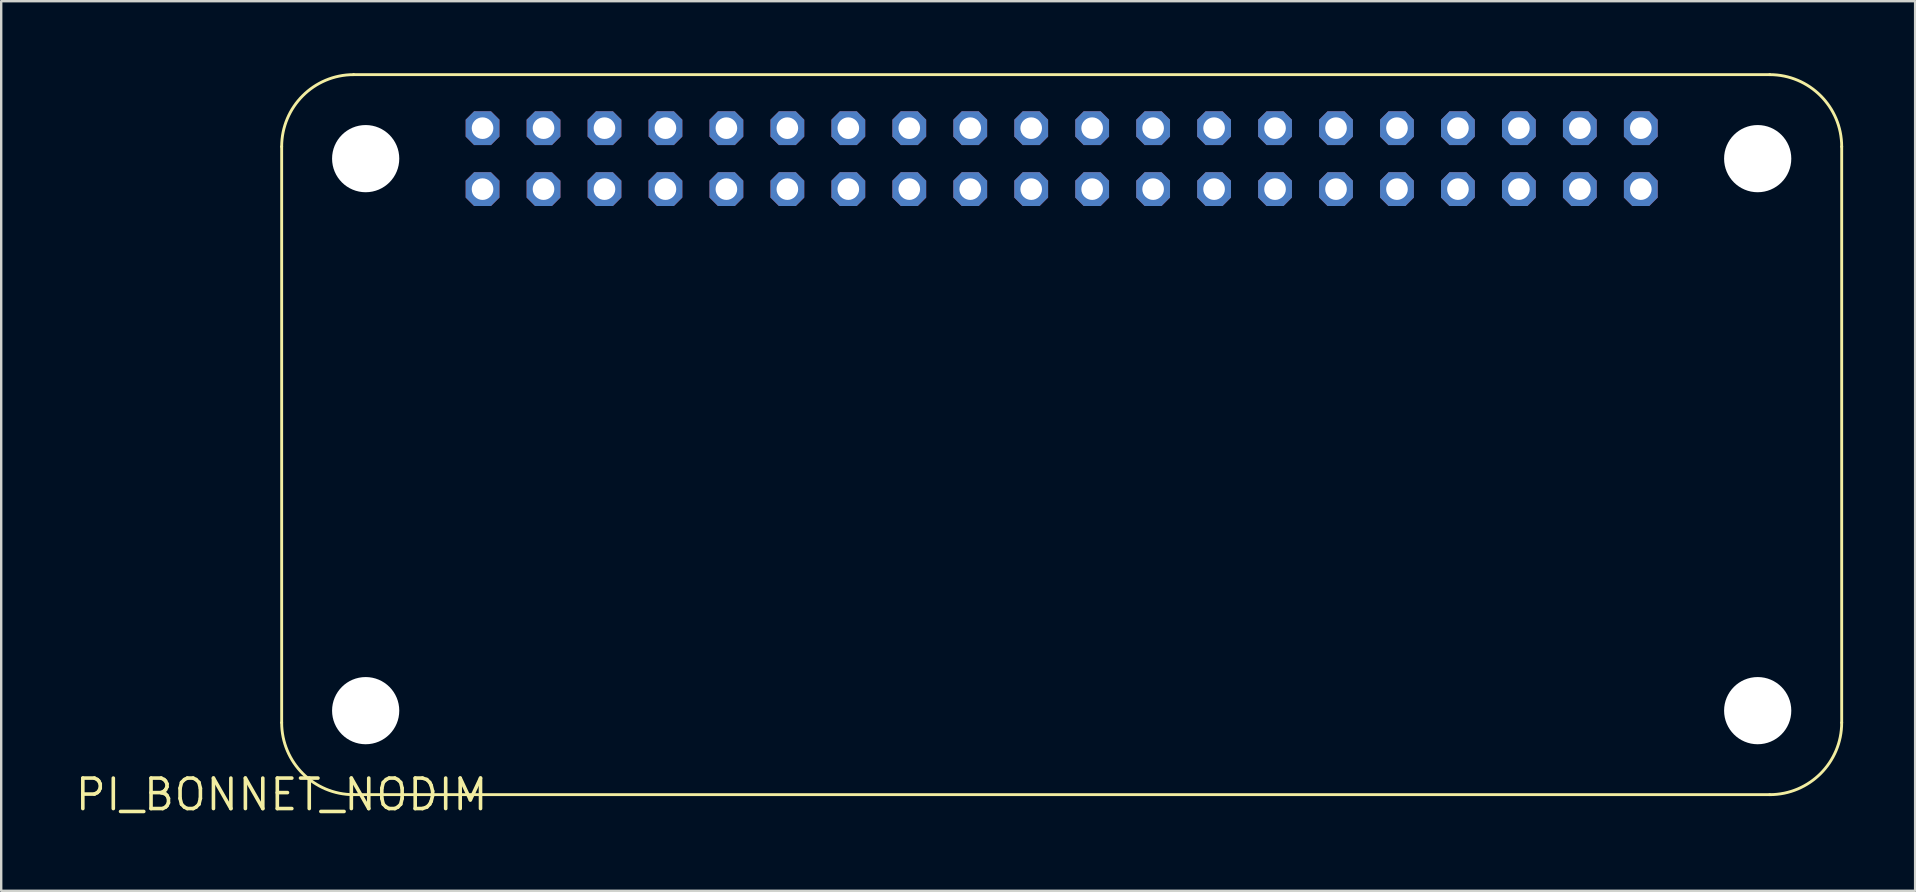
<source format=kicad_pcb>
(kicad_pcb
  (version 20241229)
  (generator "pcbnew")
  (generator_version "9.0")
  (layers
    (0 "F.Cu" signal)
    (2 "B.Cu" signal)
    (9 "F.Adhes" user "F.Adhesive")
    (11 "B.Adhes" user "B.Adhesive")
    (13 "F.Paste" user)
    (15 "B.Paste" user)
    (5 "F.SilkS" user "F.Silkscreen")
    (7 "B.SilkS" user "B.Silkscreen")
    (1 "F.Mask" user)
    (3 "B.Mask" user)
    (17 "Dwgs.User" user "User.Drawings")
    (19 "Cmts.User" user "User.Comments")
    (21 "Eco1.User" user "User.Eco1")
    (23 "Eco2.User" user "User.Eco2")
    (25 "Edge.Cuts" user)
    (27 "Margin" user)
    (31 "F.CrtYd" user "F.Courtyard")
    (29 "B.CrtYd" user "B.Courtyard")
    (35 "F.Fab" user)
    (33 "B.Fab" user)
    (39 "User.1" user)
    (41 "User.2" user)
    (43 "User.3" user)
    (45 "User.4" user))
  (footprint "PI_BONNET_NODIM"
    (layer "F.Cu")
    (at 8.686 30.06)
    (property "Reference" "PI_BONNET_NODIM" (at 0 0 0) (layer "F.SilkS") (effects (font (size 1.27 1.27) (thickness 0.15))))
    (fp_line (start 0 -27) (end 0 -3) (stroke (width 0.12) (type solid)) (layer "F.SilkS"))
    (fp_line (start 3 0) (end 62 0) (stroke (width 0.12) (type solid)) (layer "F.SilkS"))
    (fp_line (start 62 -30) (end 3 -30) (stroke (width 0.12) (type solid)) (layer "F.SilkS"))
    (fp_line (start 65 -3) (end 65 -27) (stroke (width 0.12) (type solid)) (layer "F.SilkS"))
    (fp_arc (start 0 -27) (mid 0.87868 -29.12132) (end 3 -30) (stroke (width 0.12) (type solid)) (layer "F.SilkS"))
    (fp_arc (start 3 0) (mid 0.87868 -0.87868) (end 0 -3) (stroke (width 0.12) (type solid)) (layer "F.SilkS"))
    (fp_arc (start 62 -30) (mid 64.12132 -29.12132) (end 65 -27) (stroke (width 0.12) (type solid)) (layer "F.SilkS"))
    (fp_arc (start 65 -3) (mid 64.12132 -0.87868) (end 62 0) (stroke (width 0.12) (type solid)) (layer "F.SilkS"))
    (pad "" np_thru_hole circle (at 3.5 -26.5) (size 2.8 2.8) (drill 2.8) (layers "*.Cu" "*.Mask"))
    (pad "" np_thru_hole circle (at 3.5 -3.5) (size 2.8 2.8) (drill 2.8) (layers "*.Cu" "*.Mask"))
    (pad "" np_thru_hole circle (at 61.5 -26.5) (size 2.8 2.8) (drill 2.8) (layers "*.Cu" "*.Mask"))
    (pad "" np_thru_hole circle (at 61.5 -3.5) (size 2.8 2.8) (drill 2.8) (layers "*.Cu" "*.Mask"))
    (pad "1" thru_hole roundrect (at 8.37 -25.23) (size 1.408 1.408) (drill 0.9) (layers "*.Cu" "*.Mask") (roundrect_rratio 0.25) (chamfer_ratio 0.25) (chamfer top_left top_right bottom_left bottom_right))
    (pad "2" thru_hole roundrect (at 8.37 -27.77) (size 1.408 1.408) (drill 0.9) (layers "*.Cu" "*.Mask") (roundrect_rratio 0.25) (chamfer_ratio 0.25) (chamfer top_left top_right bottom_left bottom_right))
    (pad "3" thru_hole roundrect (at 10.91 -25.23) (size 1.408 1.408) (drill 0.9) (layers "*.Cu" "*.Mask") (roundrect_rratio 0.25) (chamfer_ratio 0.25) (chamfer top_left top_right bottom_left bottom_right))
    (pad "4" thru_hole roundrect (at 10.91 -27.77) (size 1.408 1.408) (drill 0.9) (layers "*.Cu" "*.Mask") (roundrect_rratio 0.25) (chamfer_ratio 0.25) (chamfer top_left top_right bottom_left bottom_right))
    (pad "5" thru_hole roundrect (at 13.45 -25.23) (size 1.408 1.408) (drill 0.9) (layers "*.Cu" "*.Mask") (roundrect_rratio 0.25) (chamfer_ratio 0.25) (chamfer top_left top_right bottom_left bottom_right))
    (pad "6" thru_hole roundrect (at 13.45 -27.77) (size 1.408 1.408) (drill 0.9) (layers "*.Cu" "*.Mask") (roundrect_rratio 0.25) (chamfer_ratio 0.25) (chamfer top_left top_right bottom_left bottom_right))
    (pad "7" thru_hole roundrect (at 15.99 -25.23) (size 1.408 1.408) (drill 0.9) (layers "*.Cu" "*.Mask") (roundrect_rratio 0.25) (chamfer_ratio 0.25) (chamfer top_left top_right bottom_left bottom_right))
    (pad "8" thru_hole roundrect (at 15.99 -27.77) (size 1.408 1.408) (drill 0.9) (layers "*.Cu" "*.Mask") (roundrect_rratio 0.25) (chamfer_ratio 0.25) (chamfer top_left top_right bottom_left bottom_right))
    (pad "9" thru_hole roundrect (at 18.53 -25.23) (size 1.408 1.408) (drill 0.9) (layers "*.Cu" "*.Mask") (roundrect_rratio 0.25) (chamfer_ratio 0.25) (chamfer top_left top_right bottom_left bottom_right))
    (pad "10" thru_hole roundrect (at 18.53 -27.77) (size 1.408 1.408) (drill 0.9) (layers "*.Cu" "*.Mask") (roundrect_rratio 0.25) (chamfer_ratio 0.25) (chamfer top_left top_right bottom_left bottom_right))
    (pad "11" thru_hole roundrect (at 21.07 -25.23) (size 1.408 1.408) (drill 0.9) (layers "*.Cu" "*.Mask") (roundrect_rratio 0.25) (chamfer_ratio 0.25) (chamfer top_left top_right bottom_left bottom_right))
    (pad "12" thru_hole roundrect (at 21.07 -27.77) (size 1.408 1.408) (drill 0.9) (layers "*.Cu" "*.Mask") (roundrect_rratio 0.25) (chamfer_ratio 0.25) (chamfer top_left top_right bottom_left bottom_right))
    (pad "13" thru_hole roundrect (at 23.61 -25.23) (size 1.408 1.408) (drill 0.9) (layers "*.Cu" "*.Mask") (roundrect_rratio 0.25) (chamfer_ratio 0.25) (chamfer top_left top_right bottom_left bottom_right))
    (pad "14" thru_hole roundrect (at 23.61 -27.77) (size 1.408 1.408) (drill 0.9) (layers "*.Cu" "*.Mask") (roundrect_rratio 0.25) (chamfer_ratio 0.25) (chamfer top_left top_right bottom_left bottom_right))
    (pad "15" thru_hole roundrect (at 26.15 -25.23) (size 1.408 1.408) (drill 0.9) (layers "*.Cu" "*.Mask") (roundrect_rratio 0.25) (chamfer_ratio 0.25) (chamfer top_left top_right bottom_left bottom_right))
    (pad "16" thru_hole roundrect (at 26.15 -27.77) (size 1.408 1.408) (drill 0.9) (layers "*.Cu" "*.Mask") (roundrect_rratio 0.25) (chamfer_ratio 0.25) (chamfer top_left top_right bottom_left bottom_right))
    (pad "17" thru_hole roundrect (at 28.69 -25.23) (size 1.408 1.408) (drill 0.9) (layers "*.Cu" "*.Mask") (roundrect_rratio 0.25) (chamfer_ratio 0.25) (chamfer top_left top_right bottom_left bottom_right))
    (pad "18" thru_hole roundrect (at 28.69 -27.77) (size 1.408 1.408) (drill 0.9) (layers "*.Cu" "*.Mask") (roundrect_rratio 0.25) (chamfer_ratio 0.25) (chamfer top_left top_right bottom_left bottom_right))
    (pad "19" thru_hole roundrect (at 31.23 -25.23) (size 1.408 1.408) (drill 0.9) (layers "*.Cu" "*.Mask") (roundrect_rratio 0.25) (chamfer_ratio 0.25) (chamfer top_left top_right bottom_left bottom_right))
    (pad "20" thru_hole roundrect (at 31.23 -27.77) (size 1.408 1.408) (drill 0.9) (layers "*.Cu" "*.Mask") (roundrect_rratio 0.25) (chamfer_ratio 0.25) (chamfer top_left top_right bottom_left bottom_right))
    (pad "21" thru_hole roundrect (at 33.77 -25.23) (size 1.408 1.408) (drill 0.9) (layers "*.Cu" "*.Mask") (roundrect_rratio 0.25) (chamfer_ratio 0.25) (chamfer top_left top_right bottom_left bottom_right))
    (pad "22" thru_hole roundrect (at 33.77 -27.77) (size 1.408 1.408) (drill 0.9) (layers "*.Cu" "*.Mask") (roundrect_rratio 0.25) (chamfer_ratio 0.25) (chamfer top_left top_right bottom_left bottom_right))
    (pad "23" thru_hole roundrect (at 36.31 -25.23) (size 1.408 1.408) (drill 0.9) (layers "*.Cu" "*.Mask") (roundrect_rratio 0.25) (chamfer_ratio 0.25) (chamfer top_left top_right bottom_left bottom_right))
    (pad "24" thru_hole roundrect (at 36.31 -27.77) (size 1.408 1.408) (drill 0.9) (layers "*.Cu" "*.Mask") (roundrect_rratio 0.25) (chamfer_ratio 0.25) (chamfer top_left top_right bottom_left bottom_right))
    (pad "25" thru_hole roundrect (at 38.85 -25.23) (size 1.408 1.408) (drill 0.9) (layers "*.Cu" "*.Mask") (roundrect_rratio 0.25) (chamfer_ratio 0.25) (chamfer top_left top_right bottom_left bottom_right))
    (pad "26" thru_hole roundrect (at 38.85 -27.77) (size 1.408 1.408) (drill 0.9) (layers "*.Cu" "*.Mask") (roundrect_rratio 0.25) (chamfer_ratio 0.25) (chamfer top_left top_right bottom_left bottom_right))
    (pad "27" thru_hole roundrect (at 41.39 -25.23) (size 1.408 1.408) (drill 0.9) (layers "*.Cu" "*.Mask") (roundrect_rratio 0.25) (chamfer_ratio 0.25) (chamfer top_left top_right bottom_left bottom_right))
    (pad "28" thru_hole roundrect (at 41.39 -27.77) (size 1.408 1.408) (drill 0.9) (layers "*.Cu" "*.Mask") (roundrect_rratio 0.25) (chamfer_ratio 0.25) (chamfer top_left top_right bottom_left bottom_right))
    (pad "29" thru_hole roundrect (at 43.93 -25.23) (size 1.408 1.408) (drill 0.9) (layers "*.Cu" "*.Mask") (roundrect_rratio 0.25) (chamfer_ratio 0.25) (chamfer top_left top_right bottom_left bottom_right))
    (pad "30" thru_hole roundrect (at 43.93 -27.77) (size 1.408 1.408) (drill 0.9) (layers "*.Cu" "*.Mask") (roundrect_rratio 0.25) (chamfer_ratio 0.25) (chamfer top_left top_right bottom_left bottom_right))
    (pad "31" thru_hole roundrect (at 46.47 -25.23) (size 1.408 1.408) (drill 0.9) (layers "*.Cu" "*.Mask") (roundrect_rratio 0.25) (chamfer_ratio 0.25) (chamfer top_left top_right bottom_left bottom_right))
    (pad "32" thru_hole roundrect (at 46.47 -27.77) (size 1.408 1.408) (drill 0.9) (layers "*.Cu" "*.Mask") (roundrect_rratio 0.25) (chamfer_ratio 0.25) (chamfer top_left top_right bottom_left bottom_right))
    (pad "33" thru_hole roundrect (at 49.01 -25.23) (size 1.408 1.408) (drill 0.9) (layers "*.Cu" "*.Mask") (roundrect_rratio 0.25) (chamfer_ratio 0.25) (chamfer top_left top_right bottom_left bottom_right))
    (pad "34" thru_hole roundrect (at 49.01 -27.77) (size 1.408 1.408) (drill 0.9) (layers "*.Cu" "*.Mask") (roundrect_rratio 0.25) (chamfer_ratio 0.25) (chamfer top_left top_right bottom_left bottom_right))
    (pad "35" thru_hole roundrect (at 51.55 -25.23) (size 1.408 1.408) (drill 0.9) (layers "*.Cu" "*.Mask") (roundrect_rratio 0.25) (chamfer_ratio 0.25) (chamfer top_left top_right bottom_left bottom_right))
    (pad "36" thru_hole roundrect (at 51.55 -27.77) (size 1.408 1.408) (drill 0.9) (layers "*.Cu" "*.Mask") (roundrect_rratio 0.25) (chamfer_ratio 0.25) (chamfer top_left top_right bottom_left bottom_right))
    (pad "37" thru_hole roundrect (at 54.09 -25.23) (size 1.408 1.408) (drill 0.9) (layers "*.Cu" "*.Mask") (roundrect_rratio 0.25) (chamfer_ratio 0.25) (chamfer top_left top_right bottom_left bottom_right))
    (pad "38" thru_hole roundrect (at 54.09 -27.77) (size 1.408 1.408) (drill 0.9) (layers "*.Cu" "*.Mask") (roundrect_rratio 0.25) (chamfer_ratio 0.25) (chamfer top_left top_right bottom_left bottom_right))
    (pad "39" thru_hole roundrect (at 56.63 -25.23) (size 1.408 1.408) (drill 0.9) (layers "*.Cu" "*.Mask") (roundrect_rratio 0.25) (chamfer_ratio 0.25) (chamfer top_left top_right bottom_left bottom_right))
    (pad "40" thru_hole roundrect (at 56.63 -27.77) (size 1.408 1.408) (drill 0.9) (layers "*.Cu" "*.Mask") (roundrect_rratio 0.25) (chamfer_ratio 0.25) (chamfer top_left top_right bottom_left bottom_right))
    (zone (net_name "") (layer "F.Cu") (hatch edge 0.508) (connect_pads) (min_thickness 0.254) (filled_areas_thickness no) (keepout (tracks not_allowed) (vias not_allowed) (pads not_allowed) (copperpour not_allowed) (footprints allowed)) (placement (enabled no)) (fill) (polygon (pts (xy 15.286 3.56) (xy 15.239 3.022) (xy 15.099 2.5) (xy 14.87 2.01) (xy 14.56 1.567) (xy 14.178 1.185) (xy 13.736 0.875) (xy 13.246 0.647) (xy 12.724 0.507) (xy 12.186 0.46) (xy 11.647 0.507) (xy 11.125 0.647) (xy 10.636 0.875) (xy 10.193 1.185) (xy 9.811 1.567) (xy 9.501 2.01) (xy 9.273 2.5) (xy 9.133 3.022) (xy 9.086 3.56) (xy 9.133 4.098) (xy 9.273 4.62) (xy 9.501 5.11) (xy 9.811 5.553) (xy 10.193 5.935) (xy 10.636 6.245) (xy 11.125 6.473) (xy 11.647 6.613) (xy 12.186 6.66) (xy 12.724 6.613) (xy 13.246 6.473) (xy 13.736 6.245) (xy 14.178 5.935) (xy 14.56 5.553) (xy 14.87 5.11) (xy 15.099 4.62) (xy 15.239 4.098))))
    (zone (net_name "") (layer "F.Cu") (hatch edge 0.508) (connect_pads) (min_thickness 0.254) (filled_areas_thickness no) (keepout (tracks not_allowed) (vias not_allowed) (pads not_allowed) (copperpour not_allowed) (footprints allowed)) (placement (enabled no)) (fill) (polygon (pts (xy 15.286 26.56) (xy 15.239 26.022) (xy 15.099 25.5) (xy 14.87 25.01) (xy 14.56 24.567) (xy 14.178 24.185) (xy 13.736 23.875) (xy 13.246 23.647) (xy 12.724 23.507) (xy 12.186 23.46) (xy 11.647 23.507) (xy 11.125 23.647) (xy 10.636 23.875) (xy 10.193 24.185) (xy 9.811 24.567) (xy 9.501 25.01) (xy 9.273 25.5) (xy 9.133 26.022) (xy 9.086 26.56) (xy 9.133 27.098) (xy 9.273 27.62) (xy 9.501 28.11) (xy 9.811 28.553) (xy 10.193 28.935) (xy 10.636 29.245) (xy 11.125 29.473) (xy 11.647 29.613) (xy 12.186 29.66) (xy 12.724 29.613) (xy 13.246 29.473) (xy 13.736 29.245) (xy 14.178 28.935) (xy 14.56 28.553) (xy 14.87 28.11) (xy 15.099 27.62) (xy 15.239 27.098))))
    (zone (net_name "") (layer "F.Cu") (hatch edge 0.508) (connect_pads) (min_thickness 0.254) (filled_areas_thickness no) (keepout (tracks not_allowed) (vias not_allowed) (pads not_allowed) (copperpour not_allowed) (footprints allowed)) (placement (enabled no)) (fill) (polygon (pts (xy 73.286 3.56) (xy 73.239 3.022) (xy 73.099 2.5) (xy 72.87 2.01) (xy 72.56 1.567) (xy 72.178 1.185) (xy 71.736 0.875) (xy 71.246 0.647) (xy 70.724 0.507) (xy 70.186 0.46) (xy 69.647 0.507) (xy 69.125 0.647) (xy 68.636 0.875) (xy 68.193 1.185) (xy 67.811 1.567) (xy 67.501 2.01) (xy 67.273 2.5) (xy 67.133 3.022) (xy 67.086 3.56) (xy 67.133 4.098) (xy 67.273 4.62) (xy 67.501 5.11) (xy 67.811 5.553) (xy 68.193 5.935) (xy 68.636 6.245) (xy 69.125 6.473) (xy 69.647 6.613) (xy 70.186 6.66) (xy 70.724 6.613) (xy 71.246 6.473) (xy 71.736 6.245) (xy 72.178 5.935) (xy 72.56 5.553) (xy 72.87 5.11) (xy 73.099 4.62) (xy 73.239 4.098))))
    (zone (net_name "") (layer "F.Cu") (hatch edge 0.508) (connect_pads) (min_thickness 0.254) (filled_areas_thickness no) (keepout (tracks not_allowed) (vias not_allowed) (pads not_allowed) (copperpour not_allowed) (footprints allowed)) (placement (enabled no)) (fill) (polygon (pts (xy 73.286 26.56) (xy 73.239 26.022) (xy 73.099 25.5) (xy 72.87 25.01) (xy 72.56 24.567) (xy 72.178 24.185) (xy 71.736 23.875) (xy 71.246 23.647) (xy 70.724 23.507) (xy 70.186 23.46) (xy 69.647 23.507) (xy 69.125 23.647) (xy 68.636 23.875) (xy 68.193 24.185) (xy 67.811 24.567) (xy 67.501 25.01) (xy 67.273 25.5) (xy 67.133 26.022) (xy 67.086 26.56) (xy 67.133 27.098) (xy 67.273 27.62) (xy 67.501 28.11) (xy 67.811 28.553) (xy 68.193 28.935) (xy 68.636 29.245) (xy 69.125 29.473) (xy 69.647 29.613) (xy 70.186 29.66) (xy 70.724 29.613) (xy 71.246 29.473) (xy 71.736 29.245) (xy 72.178 28.935) (xy 72.56 28.553) (xy 72.87 28.11) (xy 73.099 27.62) (xy 73.239 27.098)))))
  (gr_rect
    (start -3 -3)
    (end 76.746 34.066)
    (stroke (width 0.1) (type default))
    (fill no)
    (layer "Edge.Cuts")))
</source>
